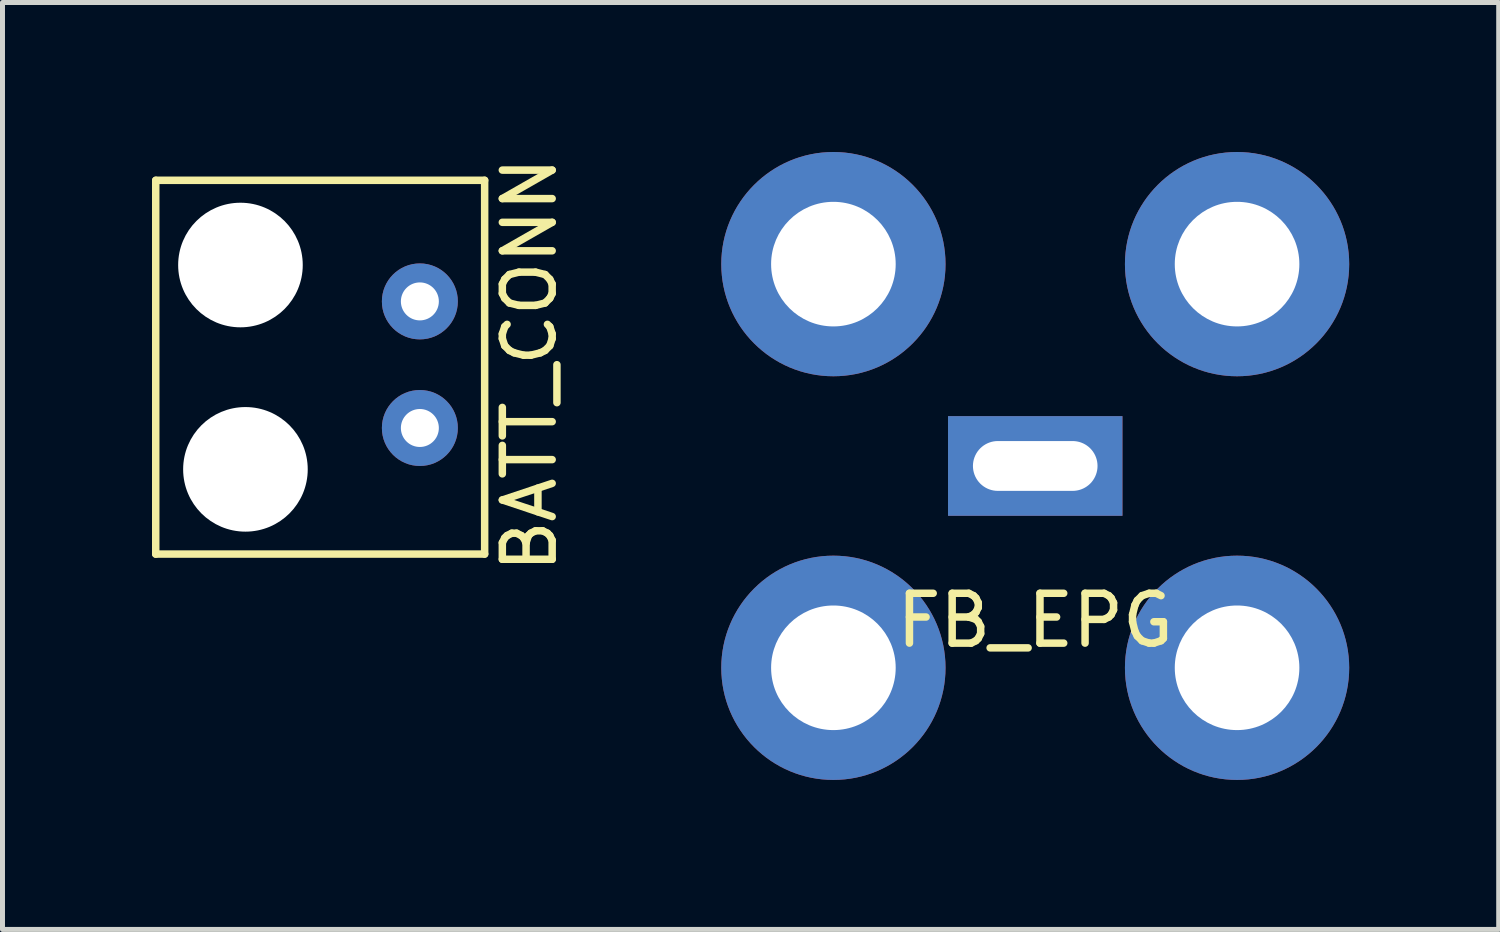
<source format=kicad_pcb>
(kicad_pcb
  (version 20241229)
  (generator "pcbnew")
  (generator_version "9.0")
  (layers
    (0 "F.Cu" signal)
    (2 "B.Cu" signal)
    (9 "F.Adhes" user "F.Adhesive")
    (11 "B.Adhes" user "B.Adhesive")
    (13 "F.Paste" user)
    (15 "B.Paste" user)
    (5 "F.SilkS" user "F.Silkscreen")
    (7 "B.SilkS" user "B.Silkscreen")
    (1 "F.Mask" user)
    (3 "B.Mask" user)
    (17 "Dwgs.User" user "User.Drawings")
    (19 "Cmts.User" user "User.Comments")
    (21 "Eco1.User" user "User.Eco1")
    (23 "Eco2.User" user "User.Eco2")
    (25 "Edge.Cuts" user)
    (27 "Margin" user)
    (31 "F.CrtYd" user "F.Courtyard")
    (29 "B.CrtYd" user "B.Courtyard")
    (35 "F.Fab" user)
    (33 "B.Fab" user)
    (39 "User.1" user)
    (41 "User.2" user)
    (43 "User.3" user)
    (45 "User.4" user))
  (footprint "BATT_CONN"
    (layer "F.Cu")
    (at 5.375 2.968)
    (property "Reference" "BATT_CONN" (at 2.2 1.3 90) (layer "F.SilkS") (effects (font (size 1 1) (thickness 0.15))))
    (attr through_hole)
    (fp_line (start -5.3 -2.4) (end 1.3 -2.4) (stroke (width 0.15) (type solid)) (layer "F.SilkS"))
    (fp_line (start -5.3 5.1) (end -5.3 -2.4) (stroke (width 0.15) (type solid)) (layer "F.SilkS"))
    (fp_line (start 1.3 -2.4) (end 1.3 5.1) (stroke (width 0.15) (type solid)) (layer "F.SilkS"))
    (fp_line (start 1.3 5.1) (end -5.3 5.1) (stroke (width 0.15) (type solid)) (layer "F.SilkS"))
    (pad "" np_thru_hole circle (at -3.6 -0.7) (size 2.5 2.5) (drill 2.5) (layers "*.Cu" "*.Mask"))
    (pad "" np_thru_hole circle (at -3.5 3.4) (size 2.5 2.5) (drill 2.5) (layers "*.Cu" "*.Mask"))
    (pad "1" thru_hole circle (at 0 0.03) (size 1.524 1.524) (drill 0.762) (layers "*.Cu" "*.Mask"))
    (pad "2" thru_hole circle (at 0 2.57) (size 1.524 1.524) (drill 0.762) (layers "*.Cu" "*.Mask")))
  (footprint "FB_EPG"
    (layer "F.Cu")
    (at 17.723 6.3)
    (property "Reference" "FB_EPG" (at 0 3.1 0) (layer "F.SilkS") (effects (font (size 1 1) (thickness 0.15))))
    (attr through_hole)
    (pad "1" thru_hole rect (at 0 0) (size 3.5 2) (drill oval 2.5 1) (layers "*.Cu" "*.Mask"))
    (pad "2" thru_hole circle (at -4.05 -4.05) (size 4.5 4.5) (drill 2.5) (layers "*.Cu" "*.Mask"))
    (pad "2" thru_hole circle (at -4.05 4.05) (size 4.5 4.5) (drill 2.5) (layers "*.Cu" "*.Mask"))
    (pad "2" thru_hole circle (at 4.05 -4.05) (size 4.5 4.5) (drill 2.5) (layers "*.Cu" "*.Mask"))
    (pad "2" thru_hole circle (at 4.05 4.05) (size 4.5 4.5) (drill 2.5) (layers "*.Cu" "*.Mask")))
  (gr_rect
    (start -3 -3)
    (end 27.023 15.6)
    (stroke (width 0.1) (type default))
    (fill no)
    (layer "Edge.Cuts")))
</source>
